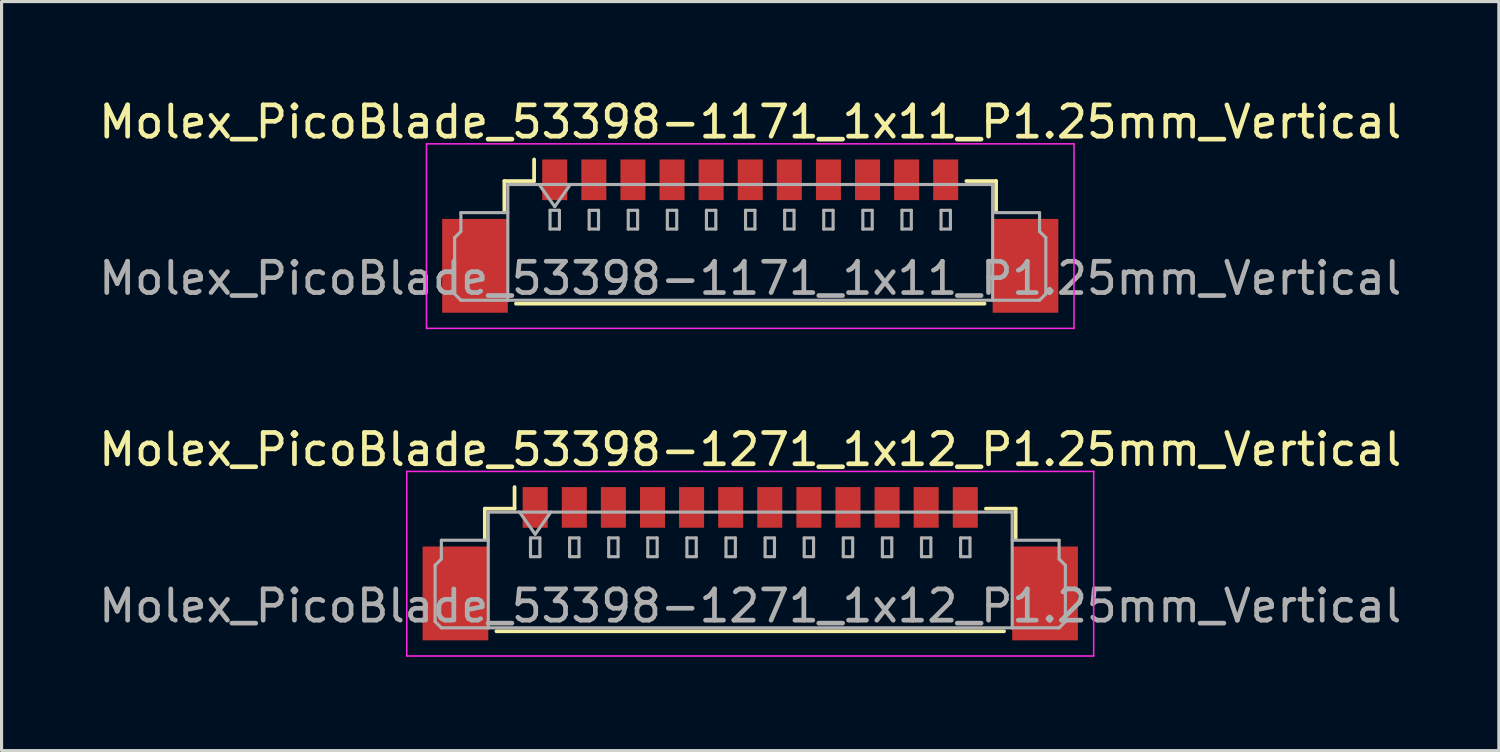
<source format=kicad_pcb>
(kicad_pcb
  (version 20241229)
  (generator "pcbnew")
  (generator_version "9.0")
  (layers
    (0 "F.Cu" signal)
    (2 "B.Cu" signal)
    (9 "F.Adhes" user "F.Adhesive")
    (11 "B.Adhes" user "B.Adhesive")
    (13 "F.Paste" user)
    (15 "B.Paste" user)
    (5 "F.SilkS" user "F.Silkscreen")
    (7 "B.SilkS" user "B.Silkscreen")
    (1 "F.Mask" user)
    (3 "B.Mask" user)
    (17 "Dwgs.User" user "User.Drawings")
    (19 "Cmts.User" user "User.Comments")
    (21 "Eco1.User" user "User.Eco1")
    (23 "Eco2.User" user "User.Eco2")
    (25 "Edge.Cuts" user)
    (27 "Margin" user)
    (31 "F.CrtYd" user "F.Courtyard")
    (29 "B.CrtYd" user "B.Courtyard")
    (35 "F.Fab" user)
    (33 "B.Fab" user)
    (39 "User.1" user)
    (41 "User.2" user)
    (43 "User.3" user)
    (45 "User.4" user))
  (footprint "Molex_PicoBlade_53398-1271_1x12_P1.25mm_Vertical"
    (layer "F.Cu")
    (at 20.935 14.972)
    (property "Reference" "Molex_PicoBlade_53398-1271_1x12_P1.25mm_Vertical" (at 0 -3.65 0) (layer "F.SilkS") (effects (font (size 1 1) (thickness 0.15))))
    (attr smd)
    (fp_line (start -8.485 -1.76) (end -7.535 -1.76) (stroke (width 0.12) (type solid)) (layer "F.SilkS"))
    (fp_line (start -8.485 -0.81) (end -8.485 -1.76) (stroke (width 0.12) (type solid)) (layer "F.SilkS"))
    (fp_line (start -8.115 2.16) (end 8.115 2.16) (stroke (width 0.12) (type solid)) (layer "F.SilkS"))
    (fp_line (start -7.535 -1.76) (end -7.535 -2.45) (stroke (width 0.12) (type solid)) (layer "F.SilkS"))
    (fp_line (start 8.485 -1.76) (end 7.535 -1.76) (stroke (width 0.12) (type solid)) (layer "F.SilkS"))
    (fp_line (start 8.485 -0.81) (end 8.485 -1.76) (stroke (width 0.12) (type solid)) (layer "F.SilkS"))
    (fp_line (start -10.98 -2.95) (end -10.98 2.95) (stroke (width 0.05) (type solid)) (layer "F.CrtYd"))
    (fp_line (start -10.98 2.95) (end 10.98 2.95) (stroke (width 0.05) (type solid)) (layer "F.CrtYd"))
    (fp_line (start 10.98 -2.95) (end -10.98 -2.95) (stroke (width 0.05) (type solid)) (layer "F.CrtYd"))
    (fp_line (start 10.98 2.95) (end 10.98 -2.95) (stroke (width 0.05) (type solid)) (layer "F.CrtYd"))
    (fp_line (start -10.075 0.05) (end -9.875 -0.15) (stroke (width 0.1) (type solid)) (layer "F.Fab"))
    (fp_line (start -10.075 1.85) (end -10.075 0.05) (stroke (width 0.1) (type solid)) (layer "F.Fab"))
    (fp_line (start -9.875 -0.75) (end -8.375 -0.75) (stroke (width 0.1) (type solid)) (layer "F.Fab"))
    (fp_line (start -9.875 -0.15) (end -9.875 -0.75) (stroke (width 0.1) (type solid)) (layer "F.Fab"))
    (fp_line (start -9.875 2.05) (end -10.075 1.85) (stroke (width 0.1) (type solid)) (layer "F.Fab"))
    (fp_line (start -8.375 -1.65) (end -8.375 2.05) (stroke (width 0.1) (type solid)) (layer "F.Fab"))
    (fp_line (start -8.375 -1.65) (end 8.375 -1.65) (stroke (width 0.1) (type solid)) (layer "F.Fab"))
    (fp_line (start -8.375 2.05) (end -9.875 2.05) (stroke (width 0.1) (type solid)) (layer "F.Fab"))
    (fp_line (start -8.375 2.05) (end 8.375 2.05) (stroke (width 0.1) (type solid)) (layer "F.Fab"))
    (fp_line (start -7.375 -1.65) (end -6.875 -0.943) (stroke (width 0.1) (type solid)) (layer "F.Fab"))
    (fp_line (start -7.025 -0.825) (end -7.025 -0.225) (stroke (width 0.1) (type solid)) (layer "F.Fab"))
    (fp_line (start -7.025 -0.225) (end -6.725 -0.225) (stroke (width 0.1) (type solid)) (layer "F.Fab"))
    (fp_line (start -6.875 -0.943) (end -6.375 -1.65) (stroke (width 0.1) (type solid)) (layer "F.Fab"))
    (fp_line (start -6.725 -0.825) (end -7.025 -0.825) (stroke (width 0.1) (type solid)) (layer "F.Fab"))
    (fp_line (start -6.725 -0.225) (end -6.725 -0.825) (stroke (width 0.1) (type solid)) (layer "F.Fab"))
    (fp_line (start -5.775 -0.825) (end -5.775 -0.225) (stroke (width 0.1) (type solid)) (layer "F.Fab"))
    (fp_line (start -5.775 -0.225) (end -5.475 -0.225) (stroke (width 0.1) (type solid)) (layer "F.Fab"))
    (fp_line (start -5.475 -0.825) (end -5.775 -0.825) (stroke (width 0.1) (type solid)) (layer "F.Fab"))
    (fp_line (start -5.475 -0.225) (end -5.475 -0.825) (stroke (width 0.1) (type solid)) (layer "F.Fab"))
    (fp_line (start -4.525 -0.825) (end -4.525 -0.225) (stroke (width 0.1) (type solid)) (layer "F.Fab"))
    (fp_line (start -4.525 -0.225) (end -4.225 -0.225) (stroke (width 0.1) (type solid)) (layer "F.Fab"))
    (fp_line (start -4.225 -0.825) (end -4.525 -0.825) (stroke (width 0.1) (type solid)) (layer "F.Fab"))
    (fp_line (start -4.225 -0.225) (end -4.225 -0.825) (stroke (width 0.1) (type solid)) (layer "F.Fab"))
    (fp_line (start -3.275 -0.825) (end -3.275 -0.225) (stroke (width 0.1) (type solid)) (layer "F.Fab"))
    (fp_line (start -3.275 -0.225) (end -2.975 -0.225) (stroke (width 0.1) (type solid)) (layer "F.Fab"))
    (fp_line (start -2.975 -0.825) (end -3.275 -0.825) (stroke (width 0.1) (type solid)) (layer "F.Fab"))
    (fp_line (start -2.975 -0.225) (end -2.975 -0.825) (stroke (width 0.1) (type solid)) (layer "F.Fab"))
    (fp_line (start -2.025 -0.825) (end -2.025 -0.225) (stroke (width 0.1) (type solid)) (layer "F.Fab"))
    (fp_line (start -2.025 -0.225) (end -1.725 -0.225) (stroke (width 0.1) (type solid)) (layer "F.Fab"))
    (fp_line (start -1.725 -0.825) (end -2.025 -0.825) (stroke (width 0.1) (type solid)) (layer "F.Fab"))
    (fp_line (start -1.725 -0.225) (end -1.725 -0.825) (stroke (width 0.1) (type solid)) (layer "F.Fab"))
    (fp_line (start -0.775 -0.825) (end -0.775 -0.225) (stroke (width 0.1) (type solid)) (layer "F.Fab"))
    (fp_line (start -0.775 -0.225) (end -0.475 -0.225) (stroke (width 0.1) (type solid)) (layer "F.Fab"))
    (fp_line (start -0.475 -0.825) (end -0.775 -0.825) (stroke (width 0.1) (type solid)) (layer "F.Fab"))
    (fp_line (start -0.475 -0.225) (end -0.475 -0.825) (stroke (width 0.1) (type solid)) (layer "F.Fab"))
    (fp_line (start 0.475 -0.825) (end 0.475 -0.225) (stroke (width 0.1) (type solid)) (layer "F.Fab"))
    (fp_line (start 0.475 -0.225) (end 0.775 -0.225) (stroke (width 0.1) (type solid)) (layer "F.Fab"))
    (fp_line (start 0.775 -0.825) (end 0.475 -0.825) (stroke (width 0.1) (type solid)) (layer "F.Fab"))
    (fp_line (start 0.775 -0.225) (end 0.775 -0.825) (stroke (width 0.1) (type solid)) (layer "F.Fab"))
    (fp_line (start 1.725 -0.825) (end 1.725 -0.225) (stroke (width 0.1) (type solid)) (layer "F.Fab"))
    (fp_line (start 1.725 -0.225) (end 2.025 -0.225) (stroke (width 0.1) (type solid)) (layer "F.Fab"))
    (fp_line (start 2.025 -0.825) (end 1.725 -0.825) (stroke (width 0.1) (type solid)) (layer "F.Fab"))
    (fp_line (start 2.025 -0.225) (end 2.025 -0.825) (stroke (width 0.1) (type solid)) (layer "F.Fab"))
    (fp_line (start 2.975 -0.825) (end 2.975 -0.225) (stroke (width 0.1) (type solid)) (layer "F.Fab"))
    (fp_line (start 2.975 -0.225) (end 3.275 -0.225) (stroke (width 0.1) (type solid)) (layer "F.Fab"))
    (fp_line (start 3.275 -0.825) (end 2.975 -0.825) (stroke (width 0.1) (type solid)) (layer "F.Fab"))
    (fp_line (start 3.275 -0.225) (end 3.275 -0.825) (stroke (width 0.1) (type solid)) (layer "F.Fab"))
    (fp_line (start 4.225 -0.825) (end 4.225 -0.225) (stroke (width 0.1) (type solid)) (layer "F.Fab"))
    (fp_line (start 4.225 -0.225) (end 4.525 -0.225) (stroke (width 0.1) (type solid)) (layer "F.Fab"))
    (fp_line (start 4.525 -0.825) (end 4.225 -0.825) (stroke (width 0.1) (type solid)) (layer "F.Fab"))
    (fp_line (start 4.525 -0.225) (end 4.525 -0.825) (stroke (width 0.1) (type solid)) (layer "F.Fab"))
    (fp_line (start 5.475 -0.825) (end 5.475 -0.225) (stroke (width 0.1) (type solid)) (layer "F.Fab"))
    (fp_line (start 5.475 -0.225) (end 5.775 -0.225) (stroke (width 0.1) (type solid)) (layer "F.Fab"))
    (fp_line (start 5.775 -0.825) (end 5.475 -0.825) (stroke (width 0.1) (type solid)) (layer "F.Fab"))
    (fp_line (start 5.775 -0.225) (end 5.775 -0.825) (stroke (width 0.1) (type solid)) (layer "F.Fab"))
    (fp_line (start 6.725 -0.825) (end 6.725 -0.225) (stroke (width 0.1) (type solid)) (layer "F.Fab"))
    (fp_line (start 6.725 -0.225) (end 7.025 -0.225) (stroke (width 0.1) (type solid)) (layer "F.Fab"))
    (fp_line (start 7.025 -0.825) (end 6.725 -0.825) (stroke (width 0.1) (type solid)) (layer "F.Fab"))
    (fp_line (start 7.025 -0.225) (end 7.025 -0.825) (stroke (width 0.1) (type solid)) (layer "F.Fab"))
    (fp_line (start 8.375 -1.65) (end 8.375 2.05) (stroke (width 0.1) (type solid)) (layer "F.Fab"))
    (fp_line (start 8.375 2.05) (end 9.875 2.05) (stroke (width 0.1) (type solid)) (layer "F.Fab"))
    (fp_line (start 9.875 -0.75) (end 8.375 -0.75) (stroke (width 0.1) (type solid)) (layer "F.Fab"))
    (fp_line (start 9.875 -0.15) (end 9.875 -0.75) (stroke (width 0.1) (type solid)) (layer "F.Fab"))
    (fp_line (start 9.875 2.05) (end 10.075 1.85) (stroke (width 0.1) (type solid)) (layer "F.Fab"))
    (fp_line (start 10.075 0.05) (end 9.875 -0.15) (stroke (width 0.1) (type solid)) (layer "F.Fab"))
    (fp_line (start 10.075 1.85) (end 10.075 0.05) (stroke (width 0.1) (type solid)) (layer "F.Fab"))
    (fp_text user "${REFERENCE}" (at 0 1.35 0) (layer "F.Fab") (effects (font (size 1 1) (thickness 0.15))))
    (pad "" smd rect (at -9.425 0.95) (size 2.1 3) (layers "F.Cu" "F.Mask" "F.Paste"))
    (pad "" smd rect (at 9.425 0.95) (size 2.1 3) (layers "F.Cu" "F.Mask" "F.Paste"))
    (pad "1" smd rect (at -6.875 -1.8) (size 0.8 1.3) (layers "F.Cu" "F.Mask" "F.Paste"))
    (pad "2" smd rect (at -5.625 -1.8) (size 0.8 1.3) (layers "F.Cu" "F.Mask" "F.Paste"))
    (pad "3" smd rect (at -4.375 -1.8) (size 0.8 1.3) (layers "F.Cu" "F.Mask" "F.Paste"))
    (pad "4" smd rect (at -3.125 -1.8) (size 0.8 1.3) (layers "F.Cu" "F.Mask" "F.Paste"))
    (pad "5" smd rect (at -1.875 -1.8) (size 0.8 1.3) (layers "F.Cu" "F.Mask" "F.Paste"))
    (pad "6" smd rect (at -0.625 -1.8) (size 0.8 1.3) (layers "F.Cu" "F.Mask" "F.Paste"))
    (pad "7" smd rect (at 0.625 -1.8) (size 0.8 1.3) (layers "F.Cu" "F.Mask" "F.Paste"))
    (pad "8" smd rect (at 1.875 -1.8) (size 0.8 1.3) (layers "F.Cu" "F.Mask" "F.Paste"))
    (pad "9" smd rect (at 3.125 -1.8) (size 0.8 1.3) (layers "F.Cu" "F.Mask" "F.Paste"))
    (pad "10" smd rect (at 4.375 -1.8) (size 0.8 1.3) (layers "F.Cu" "F.Mask" "F.Paste"))
    (pad "11" smd rect (at 5.625 -1.8) (size 0.8 1.3) (layers "F.Cu" "F.Mask" "F.Paste"))
    (pad "12" smd rect (at 6.875 -1.8) (size 0.8 1.3) (layers "F.Cu" "F.Mask" "F.Paste")))
  (footprint "Molex_PicoBlade_53398-1171_1x11_P1.25mm_Vertical"
    (layer "F.Cu")
    (at 20.935 4.498)
    (property "Reference" "Molex_PicoBlade_53398-1171_1x11_P1.25mm_Vertical" (at 0 -3.65 0) (layer "F.SilkS") (effects (font (size 1 1) (thickness 0.15))))
    (attr smd)
    (fp_line (start -7.86 -1.76) (end -6.91 -1.76) (stroke (width 0.12) (type solid)) (layer "F.SilkS"))
    (fp_line (start -7.86 -0.81) (end -7.86 -1.76) (stroke (width 0.12) (type solid)) (layer "F.SilkS"))
    (fp_line (start -7.49 2.16) (end 7.49 2.16) (stroke (width 0.12) (type solid)) (layer "F.SilkS"))
    (fp_line (start -6.91 -1.76) (end -6.91 -2.45) (stroke (width 0.12) (type solid)) (layer "F.SilkS"))
    (fp_line (start 7.86 -1.76) (end 6.91 -1.76) (stroke (width 0.12) (type solid)) (layer "F.SilkS"))
    (fp_line (start 7.86 -0.81) (end 7.86 -1.76) (stroke (width 0.12) (type solid)) (layer "F.SilkS"))
    (fp_line (start -10.35 -2.95) (end -10.35 2.95) (stroke (width 0.05) (type solid)) (layer "F.CrtYd"))
    (fp_line (start -10.35 2.95) (end 10.35 2.95) (stroke (width 0.05) (type solid)) (layer "F.CrtYd"))
    (fp_line (start 10.35 -2.95) (end -10.35 -2.95) (stroke (width 0.05) (type solid)) (layer "F.CrtYd"))
    (fp_line (start 10.35 2.95) (end 10.35 -2.95) (stroke (width 0.05) (type solid)) (layer "F.CrtYd"))
    (fp_line (start -9.45 0.05) (end -9.25 -0.15) (stroke (width 0.1) (type solid)) (layer "F.Fab"))
    (fp_line (start -9.45 1.85) (end -9.45 0.05) (stroke (width 0.1) (type solid)) (layer "F.Fab"))
    (fp_line (start -9.25 -0.75) (end -7.75 -0.75) (stroke (width 0.1) (type solid)) (layer "F.Fab"))
    (fp_line (start -9.25 -0.15) (end -9.25 -0.75) (stroke (width 0.1) (type solid)) (layer "F.Fab"))
    (fp_line (start -9.25 2.05) (end -9.45 1.85) (stroke (width 0.1) (type solid)) (layer "F.Fab"))
    (fp_line (start -7.75 -1.65) (end -7.75 2.05) (stroke (width 0.1) (type solid)) (layer "F.Fab"))
    (fp_line (start -7.75 -1.65) (end 7.75 -1.65) (stroke (width 0.1) (type solid)) (layer "F.Fab"))
    (fp_line (start -7.75 2.05) (end -9.25 2.05) (stroke (width 0.1) (type solid)) (layer "F.Fab"))
    (fp_line (start -7.75 2.05) (end 7.75 2.05) (stroke (width 0.1) (type solid)) (layer "F.Fab"))
    (fp_line (start -6.75 -1.65) (end -6.25 -0.943) (stroke (width 0.1) (type solid)) (layer "F.Fab"))
    (fp_line (start -6.4 -0.825) (end -6.4 -0.225) (stroke (width 0.1) (type solid)) (layer "F.Fab"))
    (fp_line (start -6.4 -0.225) (end -6.1 -0.225) (stroke (width 0.1) (type solid)) (layer "F.Fab"))
    (fp_line (start -6.25 -0.943) (end -5.75 -1.65) (stroke (width 0.1) (type solid)) (layer "F.Fab"))
    (fp_line (start -6.1 -0.825) (end -6.4 -0.825) (stroke (width 0.1) (type solid)) (layer "F.Fab"))
    (fp_line (start -6.1 -0.225) (end -6.1 -0.825) (stroke (width 0.1) (type solid)) (layer "F.Fab"))
    (fp_line (start -5.15 -0.825) (end -5.15 -0.225) (stroke (width 0.1) (type solid)) (layer "F.Fab"))
    (fp_line (start -5.15 -0.225) (end -4.85 -0.225) (stroke (width 0.1) (type solid)) (layer "F.Fab"))
    (fp_line (start -4.85 -0.825) (end -5.15 -0.825) (stroke (width 0.1) (type solid)) (layer "F.Fab"))
    (fp_line (start -4.85 -0.225) (end -4.85 -0.825) (stroke (width 0.1) (type solid)) (layer "F.Fab"))
    (fp_line (start -3.9 -0.825) (end -3.9 -0.225) (stroke (width 0.1) (type solid)) (layer "F.Fab"))
    (fp_line (start -3.9 -0.225) (end -3.6 -0.225) (stroke (width 0.1) (type solid)) (layer "F.Fab"))
    (fp_line (start -3.6 -0.825) (end -3.9 -0.825) (stroke (width 0.1) (type solid)) (layer "F.Fab"))
    (fp_line (start -3.6 -0.225) (end -3.6 -0.825) (stroke (width 0.1) (type solid)) (layer "F.Fab"))
    (fp_line (start -2.65 -0.825) (end -2.65 -0.225) (stroke (width 0.1) (type solid)) (layer "F.Fab"))
    (fp_line (start -2.65 -0.225) (end -2.35 -0.225) (stroke (width 0.1) (type solid)) (layer "F.Fab"))
    (fp_line (start -2.35 -0.825) (end -2.65 -0.825) (stroke (width 0.1) (type solid)) (layer "F.Fab"))
    (fp_line (start -2.35 -0.225) (end -2.35 -0.825) (stroke (width 0.1) (type solid)) (layer "F.Fab"))
    (fp_line (start -1.4 -0.825) (end -1.4 -0.225) (stroke (width 0.1) (type solid)) (layer "F.Fab"))
    (fp_line (start -1.4 -0.225) (end -1.1 -0.225) (stroke (width 0.1) (type solid)) (layer "F.Fab"))
    (fp_line (start -1.1 -0.825) (end -1.4 -0.825) (stroke (width 0.1) (type solid)) (layer "F.Fab"))
    (fp_line (start -1.1 -0.225) (end -1.1 -0.825) (stroke (width 0.1) (type solid)) (layer "F.Fab"))
    (fp_line (start -0.15 -0.825) (end -0.15 -0.225) (stroke (width 0.1) (type solid)) (layer "F.Fab"))
    (fp_line (start -0.15 -0.225) (end 0.15 -0.225) (stroke (width 0.1) (type solid)) (layer "F.Fab"))
    (fp_line (start 0.15 -0.825) (end -0.15 -0.825) (stroke (width 0.1) (type solid)) (layer "F.Fab"))
    (fp_line (start 0.15 -0.225) (end 0.15 -0.825) (stroke (width 0.1) (type solid)) (layer "F.Fab"))
    (fp_line (start 1.1 -0.825) (end 1.1 -0.225) (stroke (width 0.1) (type solid)) (layer "F.Fab"))
    (fp_line (start 1.1 -0.225) (end 1.4 -0.225) (stroke (width 0.1) (type solid)) (layer "F.Fab"))
    (fp_line (start 1.4 -0.825) (end 1.1 -0.825) (stroke (width 0.1) (type solid)) (layer "F.Fab"))
    (fp_line (start 1.4 -0.225) (end 1.4 -0.825) (stroke (width 0.1) (type solid)) (layer "F.Fab"))
    (fp_line (start 2.35 -0.825) (end 2.35 -0.225) (stroke (width 0.1) (type solid)) (layer "F.Fab"))
    (fp_line (start 2.35 -0.225) (end 2.65 -0.225) (stroke (width 0.1) (type solid)) (layer "F.Fab"))
    (fp_line (start 2.65 -0.825) (end 2.35 -0.825) (stroke (width 0.1) (type solid)) (layer "F.Fab"))
    (fp_line (start 2.65 -0.225) (end 2.65 -0.825) (stroke (width 0.1) (type solid)) (layer "F.Fab"))
    (fp_line (start 3.6 -0.825) (end 3.6 -0.225) (stroke (width 0.1) (type solid)) (layer "F.Fab"))
    (fp_line (start 3.6 -0.225) (end 3.9 -0.225) (stroke (width 0.1) (type solid)) (layer "F.Fab"))
    (fp_line (start 3.9 -0.825) (end 3.6 -0.825) (stroke (width 0.1) (type solid)) (layer "F.Fab"))
    (fp_line (start 3.9 -0.225) (end 3.9 -0.825) (stroke (width 0.1) (type solid)) (layer "F.Fab"))
    (fp_line (start 4.85 -0.825) (end 4.85 -0.225) (stroke (width 0.1) (type solid)) (layer "F.Fab"))
    (fp_line (start 4.85 -0.225) (end 5.15 -0.225) (stroke (width 0.1) (type solid)) (layer "F.Fab"))
    (fp_line (start 5.15 -0.825) (end 4.85 -0.825) (stroke (width 0.1) (type solid)) (layer "F.Fab"))
    (fp_line (start 5.15 -0.225) (end 5.15 -0.825) (stroke (width 0.1) (type solid)) (layer "F.Fab"))
    (fp_line (start 6.1 -0.825) (end 6.1 -0.225) (stroke (width 0.1) (type solid)) (layer "F.Fab"))
    (fp_line (start 6.1 -0.225) (end 6.4 -0.225) (stroke (width 0.1) (type solid)) (layer "F.Fab"))
    (fp_line (start 6.4 -0.825) (end 6.1 -0.825) (stroke (width 0.1) (type solid)) (layer "F.Fab"))
    (fp_line (start 6.4 -0.225) (end 6.4 -0.825) (stroke (width 0.1) (type solid)) (layer "F.Fab"))
    (fp_line (start 7.75 -1.65) (end 7.75 2.05) (stroke (width 0.1) (type solid)) (layer "F.Fab"))
    (fp_line (start 7.75 2.05) (end 9.25 2.05) (stroke (width 0.1) (type solid)) (layer "F.Fab"))
    (fp_line (start 9.25 -0.75) (end 7.75 -0.75) (stroke (width 0.1) (type solid)) (layer "F.Fab"))
    (fp_line (start 9.25 -0.15) (end 9.25 -0.75) (stroke (width 0.1) (type solid)) (layer "F.Fab"))
    (fp_line (start 9.25 2.05) (end 9.45 1.85) (stroke (width 0.1) (type solid)) (layer "F.Fab"))
    (fp_line (start 9.45 0.05) (end 9.25 -0.15) (stroke (width 0.1) (type solid)) (layer "F.Fab"))
    (fp_line (start 9.45 1.85) (end 9.45 0.05) (stroke (width 0.1) (type solid)) (layer "F.Fab"))
    (fp_text user "${REFERENCE}" (at 0 1.35 0) (layer "F.Fab") (effects (font (size 1 1) (thickness 0.15))))
    (pad "" smd rect (at -8.8 0.95) (size 2.1 3) (layers "F.Cu" "F.Mask" "F.Paste"))
    (pad "" smd rect (at 8.8 0.95) (size 2.1 3) (layers "F.Cu" "F.Mask" "F.Paste"))
    (pad "1" smd rect (at -6.25 -1.8) (size 0.8 1.3) (layers "F.Cu" "F.Mask" "F.Paste"))
    (pad "2" smd rect (at -5 -1.8) (size 0.8 1.3) (layers "F.Cu" "F.Mask" "F.Paste"))
    (pad "3" smd rect (at -3.75 -1.8) (size 0.8 1.3) (layers "F.Cu" "F.Mask" "F.Paste"))
    (pad "4" smd rect (at -2.5 -1.8) (size 0.8 1.3) (layers "F.Cu" "F.Mask" "F.Paste"))
    (pad "5" smd rect (at -1.25 -1.8) (size 0.8 1.3) (layers "F.Cu" "F.Mask" "F.Paste"))
    (pad "6" smd rect (at 0 -1.8) (size 0.8 1.3) (layers "F.Cu" "F.Mask" "F.Paste"))
    (pad "7" smd rect (at 1.25 -1.8) (size 0.8 1.3) (layers "F.Cu" "F.Mask" "F.Paste"))
    (pad "8" smd rect (at 2.5 -1.8) (size 0.8 1.3) (layers "F.Cu" "F.Mask" "F.Paste"))
    (pad "9" smd rect (at 3.75 -1.8) (size 0.8 1.3) (layers "F.Cu" "F.Mask" "F.Paste"))
    (pad "10" smd rect (at 5 -1.8) (size 0.8 1.3) (layers "F.Cu" "F.Mask" "F.Paste"))
    (pad "11" smd rect (at 6.25 -1.8) (size 0.8 1.3) (layers "F.Cu" "F.Mask" "F.Paste")))
  (gr_rect
    (start -3 -3)
    (end 44.869 20.947)
    (stroke (width 0.1) (type default))
    (fill no)
    (layer "Edge.Cuts")))
</source>
